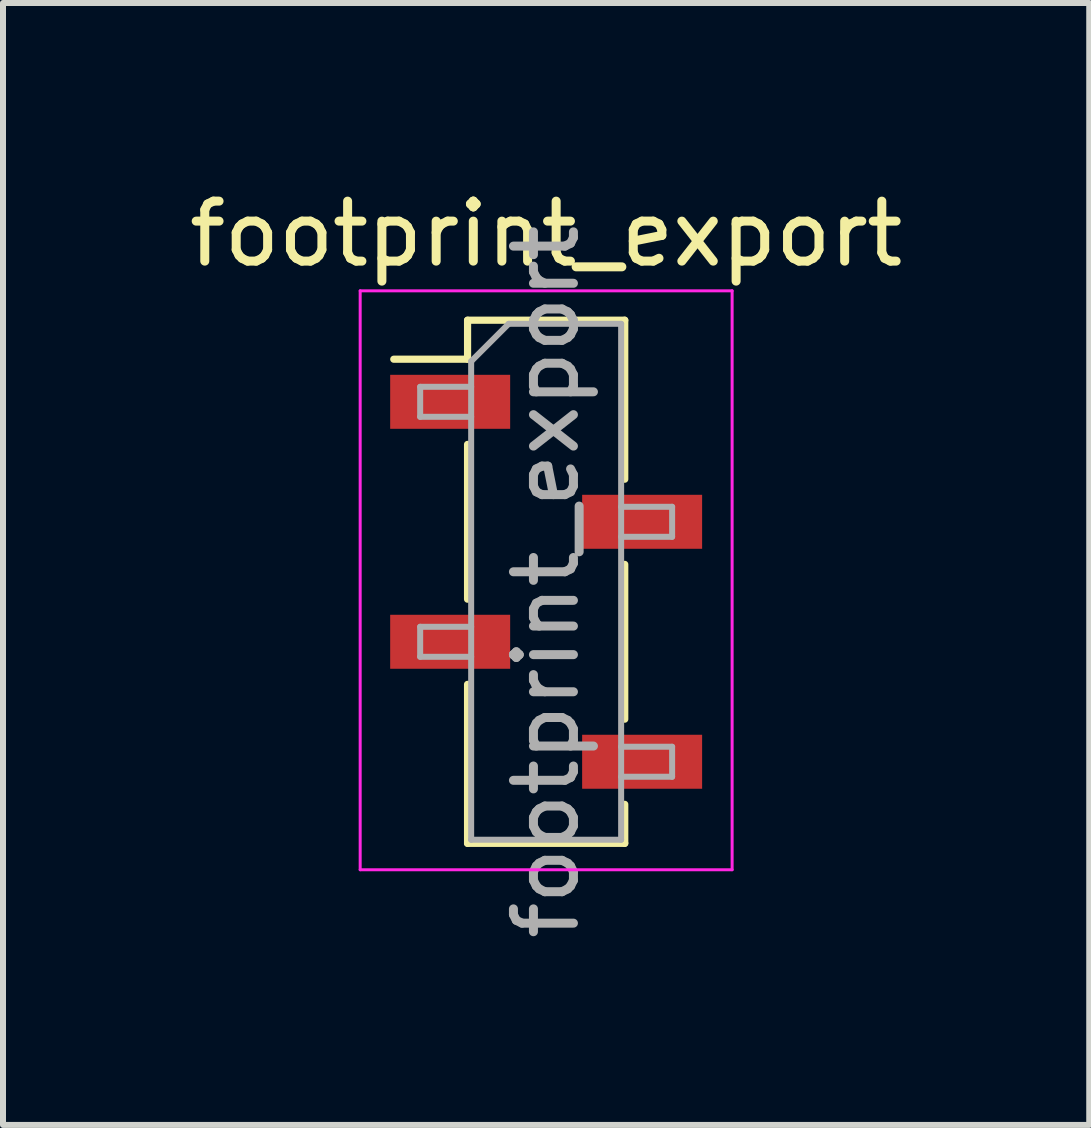
<source format=kicad_pcb>
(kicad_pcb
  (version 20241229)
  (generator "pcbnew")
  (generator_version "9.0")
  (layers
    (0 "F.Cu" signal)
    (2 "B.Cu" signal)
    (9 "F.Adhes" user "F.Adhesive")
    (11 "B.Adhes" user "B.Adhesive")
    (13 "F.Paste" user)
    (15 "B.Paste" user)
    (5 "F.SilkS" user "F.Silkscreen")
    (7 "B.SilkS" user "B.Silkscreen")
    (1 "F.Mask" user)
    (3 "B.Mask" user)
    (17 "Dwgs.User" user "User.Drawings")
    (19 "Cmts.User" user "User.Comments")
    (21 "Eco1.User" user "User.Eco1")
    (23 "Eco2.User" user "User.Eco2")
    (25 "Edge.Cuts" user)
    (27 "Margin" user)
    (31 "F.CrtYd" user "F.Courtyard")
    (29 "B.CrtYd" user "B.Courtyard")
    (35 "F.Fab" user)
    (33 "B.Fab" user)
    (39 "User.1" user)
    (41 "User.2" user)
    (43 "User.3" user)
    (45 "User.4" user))
  (footprint "footprint_export"
    (layer "F.Cu")
    (at 6.054 6.648)
    (property "Reference" "footprint_export" (at 0 -5.8 0) (layer "F.SilkS") (effects (font (size 1 1) (thickness 0.15))))
    (attr smd)
    (fp_line (start -2.54 -3.71) (end -1.31 -3.71) (stroke (width 0.12) (type solid)) (layer "F.SilkS"))
    (fp_line (start -1.31 -4.36) (end -1.31 -3.71) (stroke (width 0.12) (type solid)) (layer "F.SilkS"))
    (fp_line (start -1.31 -4.36) (end 1.31 -4.36) (stroke (width 0.12) (type solid)) (layer "F.SilkS"))
    (fp_line (start -1.31 -2.29) (end -1.31 0.29) (stroke (width 0.12) (type solid)) (layer "F.SilkS"))
    (fp_line (start -1.31 1.71) (end -1.31 4.36) (stroke (width 0.12) (type solid)) (layer "F.SilkS"))
    (fp_line (start -1.31 4.36) (end 1.31 4.36) (stroke (width 0.12) (type solid)) (layer "F.SilkS"))
    (fp_line (start 1.31 -4.36) (end 1.31 -1.71) (stroke (width 0.12) (type solid)) (layer "F.SilkS"))
    (fp_line (start 1.31 -0.29) (end 1.31 2.29) (stroke (width 0.12) (type solid)) (layer "F.SilkS"))
    (fp_line (start 1.31 3.71) (end 1.31 4.36) (stroke (width 0.12) (type solid)) (layer "F.SilkS"))
    (fp_line (start -3.1 -4.85) (end 3.1 -4.85) (stroke (width 0.05) (type solid)) (layer "F.CrtYd"))
    (fp_line (start -3.1 4.8) (end -3.1 -4.85) (stroke (width 0.05) (type solid)) (layer "F.CrtYd"))
    (fp_line (start 3.1 -4.85) (end 3.1 4.8) (stroke (width 0.05) (type solid)) (layer "F.CrtYd"))
    (fp_line (start 3.1 4.8) (end -3.1 4.8) (stroke (width 0.05) (type solid)) (layer "F.CrtYd"))
    (fp_line (start -2.1 -3.25) (end -1.25 -3.25) (stroke (width 0.1) (type solid)) (layer "F.Fab"))
    (fp_line (start -2.1 -2.75) (end -2.1 -3.25) (stroke (width 0.1) (type solid)) (layer "F.Fab"))
    (fp_line (start -2.1 0.75) (end -1.25 0.75) (stroke (width 0.1) (type solid)) (layer "F.Fab"))
    (fp_line (start -2.1 1.25) (end -2.1 0.75) (stroke (width 0.1) (type solid)) (layer "F.Fab"))
    (fp_line (start -1.25 -3.675) (end -0.625 -4.3) (stroke (width 0.1) (type solid)) (layer "F.Fab"))
    (fp_line (start -1.25 -2.75) (end -2.1 -2.75) (stroke (width 0.1) (type solid)) (layer "F.Fab"))
    (fp_line (start -1.25 1.25) (end -2.1 1.25) (stroke (width 0.1) (type solid)) (layer "F.Fab"))
    (fp_line (start -1.25 4.3) (end -1.25 -3.675) (stroke (width 0.1) (type solid)) (layer "F.Fab"))
    (fp_line (start -0.625 -4.3) (end 1.25 -4.3) (stroke (width 0.1) (type solid)) (layer "F.Fab"))
    (fp_line (start 1.25 -4.3) (end 1.25 4.3) (stroke (width 0.1) (type solid)) (layer "F.Fab"))
    (fp_line (start 1.25 -1.25) (end 2.1 -1.25) (stroke (width 0.1) (type solid)) (layer "F.Fab"))
    (fp_line (start 1.25 2.75) (end 2.1 2.75) (stroke (width 0.1) (type solid)) (layer "F.Fab"))
    (fp_line (start 1.25 4.3) (end -1.25 4.3) (stroke (width 0.1) (type solid)) (layer "F.Fab"))
    (fp_line (start 2.1 -1.25) (end 2.1 -0.75) (stroke (width 0.1) (type solid)) (layer "F.Fab"))
    (fp_line (start 2.1 -0.75) (end 1.25 -0.75) (stroke (width 0.1) (type solid)) (layer "F.Fab"))
    (fp_line (start 2.1 2.75) (end 2.1 3.25) (stroke (width 0.1) (type solid)) (layer "F.Fab"))
    (fp_line (start 2.1 3.25) (end 1.25 3.25) (stroke (width 0.1) (type solid)) (layer "F.Fab"))
    (fp_text user "${REFERENCE}" (at 0 0 90) (layer "F.Fab") (effects (font (size 1 1) (thickness 0.15))))
    (pad "1" smd rect (at -1.6 -3) (size 2 0.9) (layers "F.Cu" "F.Mask" "F.Paste"))
    (pad "2" smd rect (at 1.6 -1) (size 2 0.9) (layers "F.Cu" "F.Mask" "F.Paste"))
    (pad "3" smd rect (at -1.6 1) (size 2 0.9) (layers "F.Cu" "F.Mask" "F.Paste"))
    (pad "4" smd rect (at 1.6 3) (size 2 0.9) (layers "F.Cu" "F.Mask" "F.Paste")))
  (gr_rect
    (start -3 -3)
    (end 15.107 15.702)
    (stroke (width 0.1) (type default))
    (fill no)
    (layer "Edge.Cuts")))
</source>
